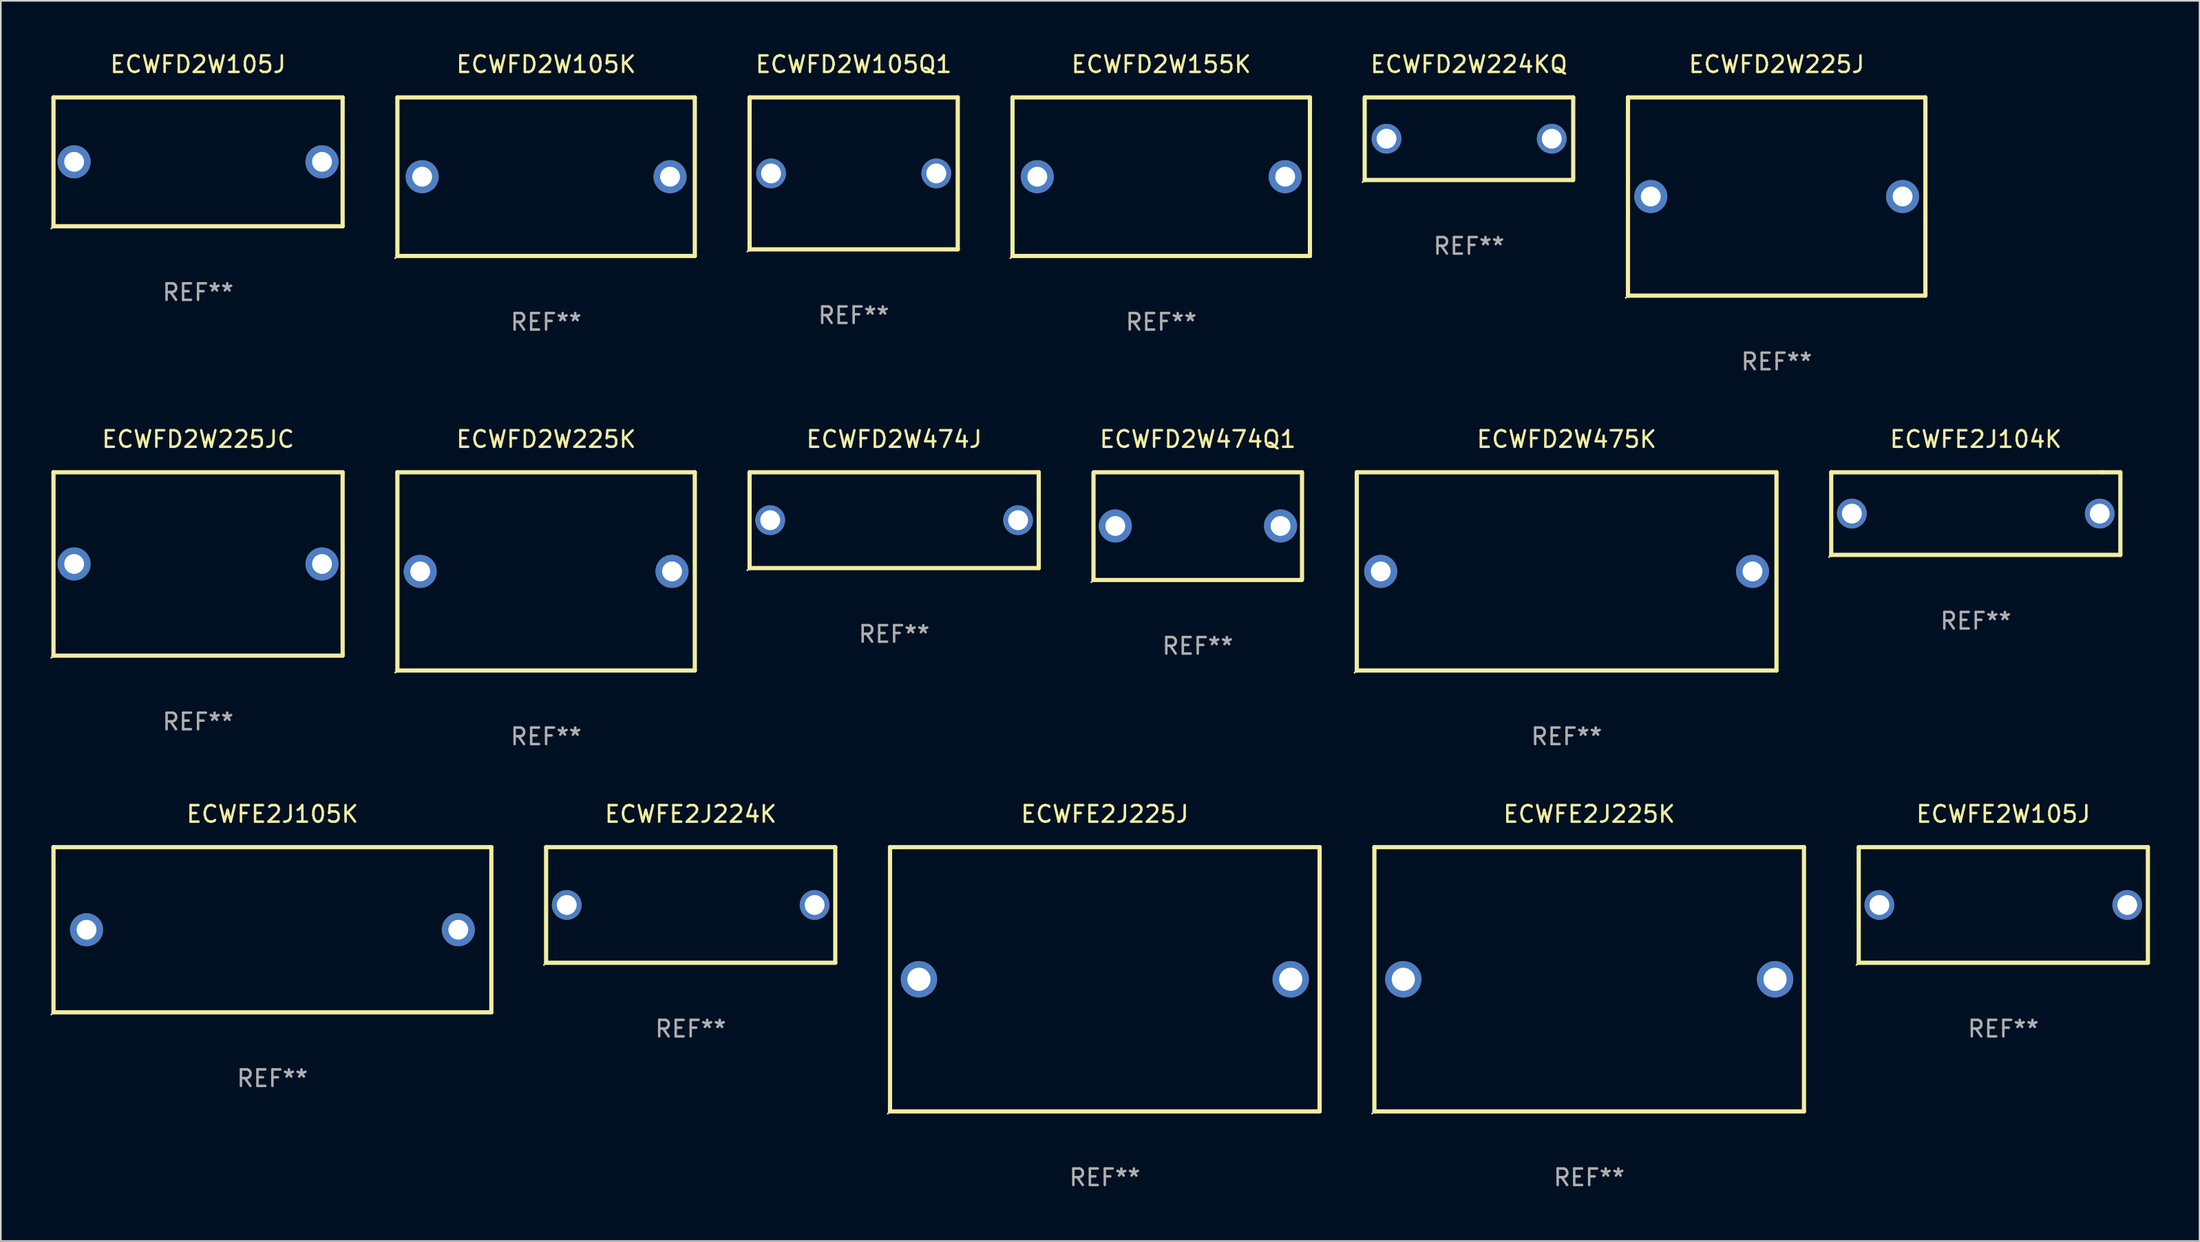
<source format=kicad_pcb>
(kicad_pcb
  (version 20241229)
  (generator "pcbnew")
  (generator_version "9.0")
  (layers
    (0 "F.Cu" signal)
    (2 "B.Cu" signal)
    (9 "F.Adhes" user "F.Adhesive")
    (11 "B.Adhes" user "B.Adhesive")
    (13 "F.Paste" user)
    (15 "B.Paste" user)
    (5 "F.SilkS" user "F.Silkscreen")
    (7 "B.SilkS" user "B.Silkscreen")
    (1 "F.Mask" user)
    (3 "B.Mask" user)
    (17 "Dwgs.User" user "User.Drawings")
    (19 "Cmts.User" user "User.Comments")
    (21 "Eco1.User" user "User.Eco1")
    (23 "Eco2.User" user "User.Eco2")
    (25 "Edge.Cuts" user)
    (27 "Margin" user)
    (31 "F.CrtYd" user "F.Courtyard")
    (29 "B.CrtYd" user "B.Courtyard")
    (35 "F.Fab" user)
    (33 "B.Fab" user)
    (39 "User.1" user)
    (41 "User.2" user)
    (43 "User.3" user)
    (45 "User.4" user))
  (footprint "ECWFD2W105J"
    (layer "F.Cu")
    (at 8.937 6.748)
    (property "Reference" "ECWFD2W105J" (at 0 -5.9 0) (layer "F.SilkS") (effects (font (size 1 1) (thickness 0.15))))
    (attr through_hole)
    (fp_line (start -8.75 -3.9) (end 8.75 -3.9) (stroke (width 0.254) (type solid)) (layer "F.SilkS"))
    (fp_line (start -8.75 3.9) (end -8.75 -3.9) (stroke (width 0.254) (type solid)) (layer "F.SilkS"))
    (fp_line (start 8.75 -3.9) (end 8.75 3.9) (stroke (width 0.254) (type solid)) (layer "F.SilkS"))
    (fp_line (start 8.75 3.9) (end -8.75 3.9) (stroke (width 0.254) (type solid)) (layer "F.SilkS"))
    (fp_circle (center -8.877 4.027) (end -8.847 4.027) (stroke (width 0.06) (type solid)) (fill no) (layer "F.SilkS"))
    (fp_text user "REF**" (at 0 7.9 0) (layer "F.Fab") (effects (font (size 1 1) (thickness 0.15))))
    (pad "1" thru_hole circle (at -7.501 0) (size 2 2) (drill 1.2) (layers "*.Cu" "*.Mask"))
    (pad "2" thru_hole circle (at 7.501 0) (size 2 2) (drill 1.2) (layers "*.Cu" "*.Mask")))
  (footprint "ECWFE2J104K"
    (layer "F.Cu")
    (at 116.528 28.045)
    (property "Reference" "ECWFE2J104K" (at 0 -4.5 0) (layer "F.SilkS") (effects (font (size 1 1) (thickness 0.15))))
    (attr through_hole)
    (fp_line (start -8.75 -2.499) (end 7.653 -2.499) (stroke (width 0.254) (type solid)) (layer "F.SilkS"))
    (fp_line (start -8.75 2.5) (end -8.75 -2.5) (stroke (width 0.254) (type solid)) (layer "F.SilkS"))
    (fp_line (start 7.653 -2.499) (end 8.75 -2.499) (stroke (width 0.254) (type solid)) (layer "F.SilkS"))
    (fp_line (start 8.75 -2.5) (end 8.75 2.5) (stroke (width 0.254) (type solid)) (layer "F.SilkS"))
    (fp_line (start 8.75 2.5) (end -8.75 2.5) (stroke (width 0.254) (type solid)) (layer "F.SilkS"))
    (fp_circle (center -8.877 2.627) (end -8.847 2.627) (stroke (width 0.06) (type solid)) (fill no) (layer "F.SilkS"))
    (fp_text user "REF**" (at 0 6.5 0) (layer "F.Fab") (effects (font (size 1 1) (thickness 0.15))))
    (pad "1" thru_hole circle (at -7.501 0) (size 1.8 1.8) (drill 1.2) (layers "*.Cu" "*.Mask"))
    (pad "2" thru_hole circle (at 7.501 0) (size 1.8 1.8) (drill 1.2) (layers "*.Cu" "*.Mask")))
  (footprint "ECWFD2W225K"
    (layer "F.Cu")
    (at 30.001 31.545)
    (property "Reference" "ECWFD2W225K" (at 0 -8 0) (layer "F.SilkS") (effects (font (size 1 1) (thickness 0.15))))
    (attr through_hole)
    (fp_line (start -9 -6) (end 9 -6) (stroke (width 0.254) (type solid)) (layer "F.SilkS"))
    (fp_line (start -9 6) (end -9 -6) (stroke (width 0.254) (type solid)) (layer "F.SilkS"))
    (fp_line (start 9 -6) (end 9 6) (stroke (width 0.254) (type solid)) (layer "F.SilkS"))
    (fp_line (start 9 6) (end -9 6) (stroke (width 0.254) (type solid)) (layer "F.SilkS"))
    (fp_circle (center -9.127 6.127) (end -9.097 6.127) (stroke (width 0.06) (type solid)) (fill no) (layer "F.SilkS"))
    (fp_text user "REF**" (at 0 10 0) (layer "F.Fab") (effects (font (size 1 1) (thickness 0.15))))
    (pad "1" thru_hole circle (at -7.62 0) (size 2 2) (drill 1.2) (layers "*.Cu" "*.Mask"))
    (pad "2" thru_hole circle (at 7.62 0) (size 2 2) (drill 1.2) (layers "*.Cu" "*.Mask")))
  (footprint "ECWFD2W474Q1"
    (layer "F.Cu")
    (at 69.44 28.805)
    (property "Reference" "ECWFD2W474Q1" (at 0 -5.26 0) (layer "F.SilkS") (effects (font (size 1 1) (thickness 0.15))))
    (attr through_hole)
    (fp_line (start -6.31 3.26) (end -6.31 -3.24) (stroke (width 0.254) (type solid)) (layer "F.SilkS"))
    (fp_line (start -6.29 -3.26) (end 6.31 -3.26) (stroke (width 0.254) (type solid)) (layer "F.SilkS"))
    (fp_line (start 6.29 3.26) (end -6.31 3.26) (stroke (width 0.254) (type solid)) (layer "F.SilkS"))
    (fp_line (start 6.31 -3.26) (end 6.31 3.24) (stroke (width 0.254) (type solid)) (layer "F.SilkS"))
    (fp_circle (center -6.437 3.387) (end -6.407 3.387) (stroke (width 0.06) (type solid)) (fill no) (layer "F.SilkS"))
    (fp_text user "REF**" (at 0 7.26 0) (layer "F.Fab") (effects (font (size 1 1) (thickness 0.15))))
    (pad "1" thru_hole circle (at -4.99 -0.01) (size 2 2) (drill 1.2) (layers "*.Cu" "*.Mask"))
    (pad "2" thru_hole circle (at 5.01 -0.01) (size 2 2) (drill 1.2) (layers "*.Cu" "*.Mask")))
  (footprint "ECWFE2J224K"
    (layer "F.Cu")
    (at 38.751 51.741)
    (property "Reference" "ECWFE2J224K" (at 0 -5.5 0) (layer "F.SilkS") (effects (font (size 1 1) (thickness 0.15))))
    (attr through_hole)
    (fp_line (start -8.75 -3.5) (end 8.75 -3.5) (stroke (width 0.254) (type solid)) (layer "F.SilkS"))
    (fp_line (start -8.75 3.5) (end -8.75 -3.5) (stroke (width 0.254) (type solid)) (layer "F.SilkS"))
    (fp_line (start 8.75 -3.5) (end 8.75 3.5) (stroke (width 0.254) (type solid)) (layer "F.SilkS"))
    (fp_line (start 8.75 3.5) (end -8.75 3.5) (stroke (width 0.254) (type solid)) (layer "F.SilkS"))
    (fp_circle (center -8.877 3.627) (end -8.847 3.627) (stroke (width 0.06) (type solid)) (fill no) (layer "F.SilkS"))
    (fp_text user "REF**" (at 0 7.5 0) (layer "F.Fab") (effects (font (size 1 1) (thickness 0.15))))
    (pad "1" thru_hole circle (at -7.501 0) (size 1.8 1.8) (drill 1.2) (layers "*.Cu" "*.Mask"))
    (pad "2" thru_hole circle (at 7.501 0) (size 1.8 1.8) (drill 1.2) (layers "*.Cu" "*.Mask")))
  (footprint "ECWFD2W224KQ"
    (layer "F.Cu")
    (at 85.853 5.348)
    (property "Reference" "ECWFD2W224KQ" (at 0 -4.5 0) (layer "F.SilkS") (effects (font (size 1 1) (thickness 0.15))))
    (attr through_hole)
    (fp_line (start -6.31 2.5) (end -6.31 -2.5) (stroke (width 0.254) (type solid)) (layer "F.SilkS"))
    (fp_line (start -6.29 -2.5) (end 6.31 -2.5) (stroke (width 0.254) (type solid)) (layer "F.SilkS"))
    (fp_line (start 6.29 2.5) (end -6.31 2.5) (stroke (width 0.254) (type solid)) (layer "F.SilkS"))
    (fp_line (start 6.31 -2.5) (end 6.31 2.5) (stroke (width 0.254) (type solid)) (layer "F.SilkS"))
    (fp_circle (center -6.437 2.627) (end -6.407 2.627) (stroke (width 0.06) (type solid)) (fill no) (layer "F.SilkS"))
    (fp_text user "REF**" (at 0 6.5 0) (layer "F.Fab") (effects (font (size 1 1) (thickness 0.15))))
    (pad "1" thru_hole circle (at -4.99 0) (size 1.8 1.8) (drill 1.2) (layers "*.Cu" "*.Mask"))
    (pad "2" thru_hole circle (at 5.01 0) (size 1.8 1.8) (drill 1.2) (layers "*.Cu" "*.Mask")))
  (footprint "ECWFE2W105J"
    (layer "F.Cu")
    (at 118.193 51.741)
    (property "Reference" "ECWFE2W105J" (at 0 -5.5 0) (layer "F.SilkS") (effects (font (size 1 1) (thickness 0.15))))
    (attr through_hole)
    (fp_line (start -8.75 -3.5) (end 8.75 -3.5) (stroke (width 0.254) (type solid)) (layer "F.SilkS"))
    (fp_line (start -8.75 3.5) (end -8.75 -3.5) (stroke (width 0.254) (type solid)) (layer "F.SilkS"))
    (fp_line (start 8.75 -3.5) (end 8.75 3.5) (stroke (width 0.254) (type solid)) (layer "F.SilkS"))
    (fp_line (start 8.75 3.5) (end -8.75 3.5) (stroke (width 0.254) (type solid)) (layer "F.SilkS"))
    (fp_circle (center -8.877 3.627) (end -8.847 3.627) (stroke (width 0.06) (type solid)) (fill no) (layer "F.SilkS"))
    (fp_text user "REF**" (at 0 7.5 0) (layer "F.Fab") (effects (font (size 1 1) (thickness 0.15))))
    (pad "1" thru_hole circle (at -7.501 0) (size 1.8 1.8) (drill 1.2) (layers "*.Cu" "*.Mask"))
    (pad "2" thru_hole circle (at 7.501 0) (size 1.8 1.8) (drill 1.2) (layers "*.Cu" "*.Mask")))
  (footprint "ECWFD2W475K"
    (layer "F.Cu")
    (at 91.764 31.545)
    (property "Reference" "ECWFD2W475K" (at 0 -8 0) (layer "F.SilkS") (effects (font (size 1 1) (thickness 0.15))))
    (attr through_hole)
    (fp_line (start -12.7 -6) (end 12.7 -6) (stroke (width 0.254) (type solid)) (layer "F.SilkS"))
    (fp_line (start -12.7 6) (end -12.7 -6) (stroke (width 0.254) (type solid)) (layer "F.SilkS"))
    (fp_line (start 12.7 -6) (end 12.7 6) (stroke (width 0.254) (type solid)) (layer "F.SilkS"))
    (fp_line (start 12.7 6) (end -12.7 6) (stroke (width 0.254) (type solid)) (layer "F.SilkS"))
    (fp_circle (center -12.827 6.127) (end -12.797 6.127) (stroke (width 0.06) (type solid)) (fill no) (layer "F.SilkS"))
    (fp_text user "REF**" (at 0 10 0) (layer "F.Fab") (effects (font (size 1 1) (thickness 0.15))))
    (pad "1" thru_hole circle (at -11.25 0) (size 2 2) (drill 1.2) (layers "*.Cu" "*.Mask"))
    (pad "2" thru_hole circle (at 11.25 0) (size 2 2) (drill 1.2) (layers "*.Cu" "*.Mask")))
  (footprint "ECWFE2J105K"
    (layer "F.Cu")
    (at 13.437 53.241)
    (property "Reference" "ECWFE2J105K" (at 0 -7 0) (layer "F.SilkS") (effects (font (size 1 1) (thickness 0.15))))
    (attr through_hole)
    (fp_line (start -13.25 -5) (end 13.25 -5) (stroke (width 0.254) (type solid)) (layer "F.SilkS"))
    (fp_line (start -13.25 5) (end -13.25 -5) (stroke (width 0.254) (type solid)) (layer "F.SilkS"))
    (fp_line (start 13.25 -5) (end 13.25 5) (stroke (width 0.254) (type solid)) (layer "F.SilkS"))
    (fp_line (start 13.25 5) (end -13.25 5) (stroke (width 0.254) (type solid)) (layer "F.SilkS"))
    (fp_circle (center -13.377 5.127) (end -13.347 5.127) (stroke (width 0.06) (type solid)) (fill no) (layer "F.SilkS"))
    (fp_text user "REF**" (at 0 9 0) (layer "F.Fab") (effects (font (size 1 1) (thickness 0.15))))
    (pad "1" thru_hole circle (at -11.25 0) (size 2 2) (drill 1.2) (layers "*.Cu" "*.Mask"))
    (pad "2" thru_hole circle (at 11.25 0) (size 2 2) (drill 1.2) (layers "*.Cu" "*.Mask")))
  (footprint "ECWFE2J225J"
    (layer "F.Cu")
    (at 63.815 56.241)
    (property "Reference" "ECWFE2J225J" (at 0 -10 0) (layer "F.SilkS") (effects (font (size 1 1) (thickness 0.15))))
    (attr through_hole)
    (fp_line (start -13 -8) (end 13 -8) (stroke (width 0.254) (type solid)) (layer "F.SilkS"))
    (fp_line (start -13 8) (end -13 -8) (stroke (width 0.254) (type solid)) (layer "F.SilkS"))
    (fp_line (start 13 -8) (end 13 8) (stroke (width 0.254) (type solid)) (layer "F.SilkS"))
    (fp_line (start 13 8) (end -13 8) (stroke (width 0.254) (type solid)) (layer "F.SilkS"))
    (fp_circle (center -13.127 8.127) (end -13.097 8.127) (stroke (width 0.06) (type solid)) (fill no) (layer "F.SilkS"))
    (fp_text user "REF**" (at 0 12 0) (layer "F.Fab") (effects (font (size 1 1) (thickness 0.15))))
    (pad "1" thru_hole circle (at -11.25 0) (size 2.2 2.2) (drill 1.4) (layers "*.Cu" "*.Mask"))
    (pad "2" thru_hole circle (at 11.25 0) (size 2.2 2.2) (drill 1.4) (layers "*.Cu" "*.Mask")))
  (footprint "ECWFD2W225JC"
    (layer "F.Cu")
    (at 8.937 31.095)
    (property "Reference" "ECWFD2W225JC" (at 0 -7.55 0) (layer "F.SilkS") (effects (font (size 1 1) (thickness 0.15))))
    (attr through_hole)
    (fp_line (start -8.75 -5.55) (end 8.75 -5.55) (stroke (width 0.254) (type solid)) (layer "F.SilkS"))
    (fp_line (start -8.75 5.55) (end -8.75 -5.55) (stroke (width 0.254) (type solid)) (layer "F.SilkS"))
    (fp_line (start 8.75 -5.55) (end 8.75 5.55) (stroke (width 0.254) (type solid)) (layer "F.SilkS"))
    (fp_line (start 8.75 5.55) (end -8.75 5.55) (stroke (width 0.254) (type solid)) (layer "F.SilkS"))
    (fp_circle (center -8.877 5.677) (end -8.847 5.677) (stroke (width 0.06) (type solid)) (fill no) (layer "F.SilkS"))
    (fp_text user "REF**" (at 0 9.55 0) (layer "F.Fab") (effects (font (size 1 1) (thickness 0.15))))
    (pad "1" thru_hole circle (at -7.501 0) (size 2 2) (drill 1.2) (layers "*.Cu" "*.Mask"))
    (pad "2" thru_hole circle (at 7.501 0) (size 2 2) (drill 1.2) (layers "*.Cu" "*.Mask")))
  (footprint "ECWFD2W105Q1"
    (layer "F.Cu")
    (at 48.615 7.448)
    (property "Reference" "ECWFD2W105Q1" (at 0 -6.6 0) (layer "F.SilkS") (effects (font (size 1 1) (thickness 0.15))))
    (attr through_hole)
    (fp_line (start -6.3 -4.6) (end 6.3 -4.6) (stroke (width 0.254) (type solid)) (layer "F.SilkS"))
    (fp_line (start -6.299 4.6) (end -6.299 -4.6) (stroke (width 0.254) (type solid)) (layer "F.SilkS"))
    (fp_line (start 6.299 -4.6) (end 6.299 4.6) (stroke (width 0.254) (type solid)) (layer "F.SilkS"))
    (fp_line (start 6.3 4.6) (end -6.3 4.6) (stroke (width 0.254) (type solid)) (layer "F.SilkS"))
    (fp_circle (center -6.427 4.727) (end -6.397 4.727) (stroke (width 0.06) (type solid)) (fill no) (layer "F.SilkS"))
    (fp_text user "REF**" (at 0 8.6 0) (layer "F.Fab") (effects (font (size 1 1) (thickness 0.15))))
    (pad "1" thru_hole circle (at -5 0) (size 1.8 1.8) (drill 1.2) (layers "*.Cu" "*.Mask"))
    (pad "2" thru_hole circle (at 5 0) (size 1.8 1.8) (drill 1.2) (layers "*.Cu" "*.Mask")))
  (footprint "ECWFD2W474J"
    (layer "F.Cu")
    (at 51.065 28.445)
    (property "Reference" "ECWFD2W474J" (at 0 -4.9 0) (layer "F.SilkS") (effects (font (size 1 1) (thickness 0.15))))
    (attr through_hole)
    (fp_line (start -8.75 -2.9) (end 8.75 -2.9) (stroke (width 0.254) (type solid)) (layer "F.SilkS"))
    (fp_line (start -8.75 2.9) (end -8.75 -2.9) (stroke (width 0.254) (type solid)) (layer "F.SilkS"))
    (fp_line (start 8.75 -2.9) (end 8.75 2.9) (stroke (width 0.254) (type solid)) (layer "F.SilkS"))
    (fp_line (start 8.75 2.9) (end -8.75 2.9) (stroke (width 0.254) (type solid)) (layer "F.SilkS"))
    (fp_circle (center -8.877 3.027) (end -8.847 3.027) (stroke (width 0.06) (type solid)) (fill no) (layer "F.SilkS"))
    (fp_text user "REF**" (at 0 6.9 0) (layer "F.Fab") (effects (font (size 1 1) (thickness 0.15))))
    (pad "1" thru_hole circle (at -7.501 0) (size 1.8 1.8) (drill 1.2) (layers "*.Cu" "*.Mask"))
    (pad "2" thru_hole circle (at 7.501 0) (size 1.8 1.8) (drill 1.2) (layers "*.Cu" "*.Mask")))
  (footprint "ECWFD2W105K"
    (layer "F.Cu")
    (at 30.001 7.648)
    (property "Reference" "ECWFD2W105K" (at 0 -6.8 0) (layer "F.SilkS") (effects (font (size 1 1) (thickness 0.15))))
    (attr through_hole)
    (fp_line (start -9 -4.8) (end 9 -4.8) (stroke (width 0.254) (type solid)) (layer "F.SilkS"))
    (fp_line (start -9 4.8) (end -9 -4.8) (stroke (width 0.254) (type solid)) (layer "F.SilkS"))
    (fp_line (start 9 -4.8) (end 9 4.8) (stroke (width 0.254) (type solid)) (layer "F.SilkS"))
    (fp_line (start 9 4.8) (end -9 4.8) (stroke (width 0.254) (type solid)) (layer "F.SilkS"))
    (fp_circle (center -9.127 4.927) (end -9.097 4.927) (stroke (width 0.06) (type solid)) (fill no) (layer "F.SilkS"))
    (fp_text user "REF**" (at 0 8.8 0) (layer "F.Fab") (effects (font (size 1 1) (thickness 0.15))))
    (pad "1" thru_hole circle (at -7.501 0) (size 2 2) (drill 1.2) (layers "*.Cu" "*.Mask"))
    (pad "2" thru_hole circle (at 7.501 0) (size 2 2) (drill 1.2) (layers "*.Cu" "*.Mask")))
  (footprint "ECWFD2W225J"
    (layer "F.Cu")
    (at 104.477 8.848)
    (property "Reference" "ECWFD2W225J" (at 0 -8 0) (layer "F.SilkS") (effects (font (size 1 1) (thickness 0.15))))
    (attr through_hole)
    (fp_line (start -9 -6) (end 9 -6) (stroke (width 0.254) (type solid)) (layer "F.SilkS"))
    (fp_line (start -9 6) (end -9 -6) (stroke (width 0.254) (type solid)) (layer "F.SilkS"))
    (fp_line (start 9 -6) (end 9 6) (stroke (width 0.254) (type solid)) (layer "F.SilkS"))
    (fp_line (start 9 6) (end -9 6) (stroke (width 0.254) (type solid)) (layer "F.SilkS"))
    (fp_circle (center -9.127 6.127) (end -9.097 6.127) (stroke (width 0.06) (type solid)) (fill no) (layer "F.SilkS"))
    (fp_text user "REF**" (at 0 10 0) (layer "F.Fab") (effects (font (size 1 1) (thickness 0.15))))
    (pad "1" thru_hole circle (at -7.62 0) (size 2 2) (drill 1.2) (layers "*.Cu" "*.Mask"))
    (pad "2" thru_hole circle (at 7.62 0) (size 2 2) (drill 1.2) (layers "*.Cu" "*.Mask")))
  (footprint "ECWFE2J225K"
    (layer "F.Cu")
    (at 93.129 56.241)
    (property "Reference" "ECWFE2J225K" (at 0 -10 0) (layer "F.SilkS") (effects (font (size 1 1) (thickness 0.15))))
    (attr through_hole)
    (fp_line (start -13 -8) (end 13 -8) (stroke (width 0.254) (type solid)) (layer "F.SilkS"))
    (fp_line (start -13 8) (end -13 -8) (stroke (width 0.254) (type solid)) (layer "F.SilkS"))
    (fp_line (start 13 -8) (end 13 8) (stroke (width 0.254) (type solid)) (layer "F.SilkS"))
    (fp_line (start 13 8) (end -13 8) (stroke (width 0.254) (type solid)) (layer "F.SilkS"))
    (fp_circle (center -13.127 8.127) (end -13.097 8.127) (stroke (width 0.06) (type solid)) (fill no) (layer "F.SilkS"))
    (fp_text user "REF**" (at 0 12 0) (layer "F.Fab") (effects (font (size 1 1) (thickness 0.15))))
    (pad "1" thru_hole circle (at -11.25 0) (size 2.2 2.2) (drill 1.4) (layers "*.Cu" "*.Mask"))
    (pad "2" thru_hole circle (at 11.25 0) (size 2.2 2.2) (drill 1.4) (layers "*.Cu" "*.Mask")))
  (footprint "ECWFD2W155K"
    (layer "F.Cu")
    (at 67.229 7.648)
    (property "Reference" "ECWFD2W155K" (at 0 -6.8 0) (layer "F.SilkS") (effects (font (size 1 1) (thickness 0.15))))
    (attr through_hole)
    (fp_line (start -9 -4.8) (end 9 -4.8) (stroke (width 0.254) (type solid)) (layer "F.SilkS"))
    (fp_line (start -9 4.8) (end -9 -4.8) (stroke (width 0.254) (type solid)) (layer "F.SilkS"))
    (fp_line (start 9 -4.8) (end 9 4.8) (stroke (width 0.254) (type solid)) (layer "F.SilkS"))
    (fp_line (start 9 4.8) (end -9 4.8) (stroke (width 0.254) (type solid)) (layer "F.SilkS"))
    (fp_circle (center -9.127 4.927) (end -9.097 4.927) (stroke (width 0.06) (type solid)) (fill no) (layer "F.SilkS"))
    (fp_text user "REF**" (at 0 8.8 0) (layer "F.Fab") (effects (font (size 1 1) (thickness 0.15))))
    (pad "1" thru_hole circle (at -7.501 0) (size 2 2) (drill 1.2) (layers "*.Cu" "*.Mask"))
    (pad "2" thru_hole circle (at 7.501 0) (size 2 2) (drill 1.2) (layers "*.Cu" "*.Mask")))
  (gr_rect
    (start -3 -3)
    (end 130.07 72.09)
    (stroke (width 0.1) (type default))
    (fill no)
    (layer "Edge.Cuts")))
</source>
